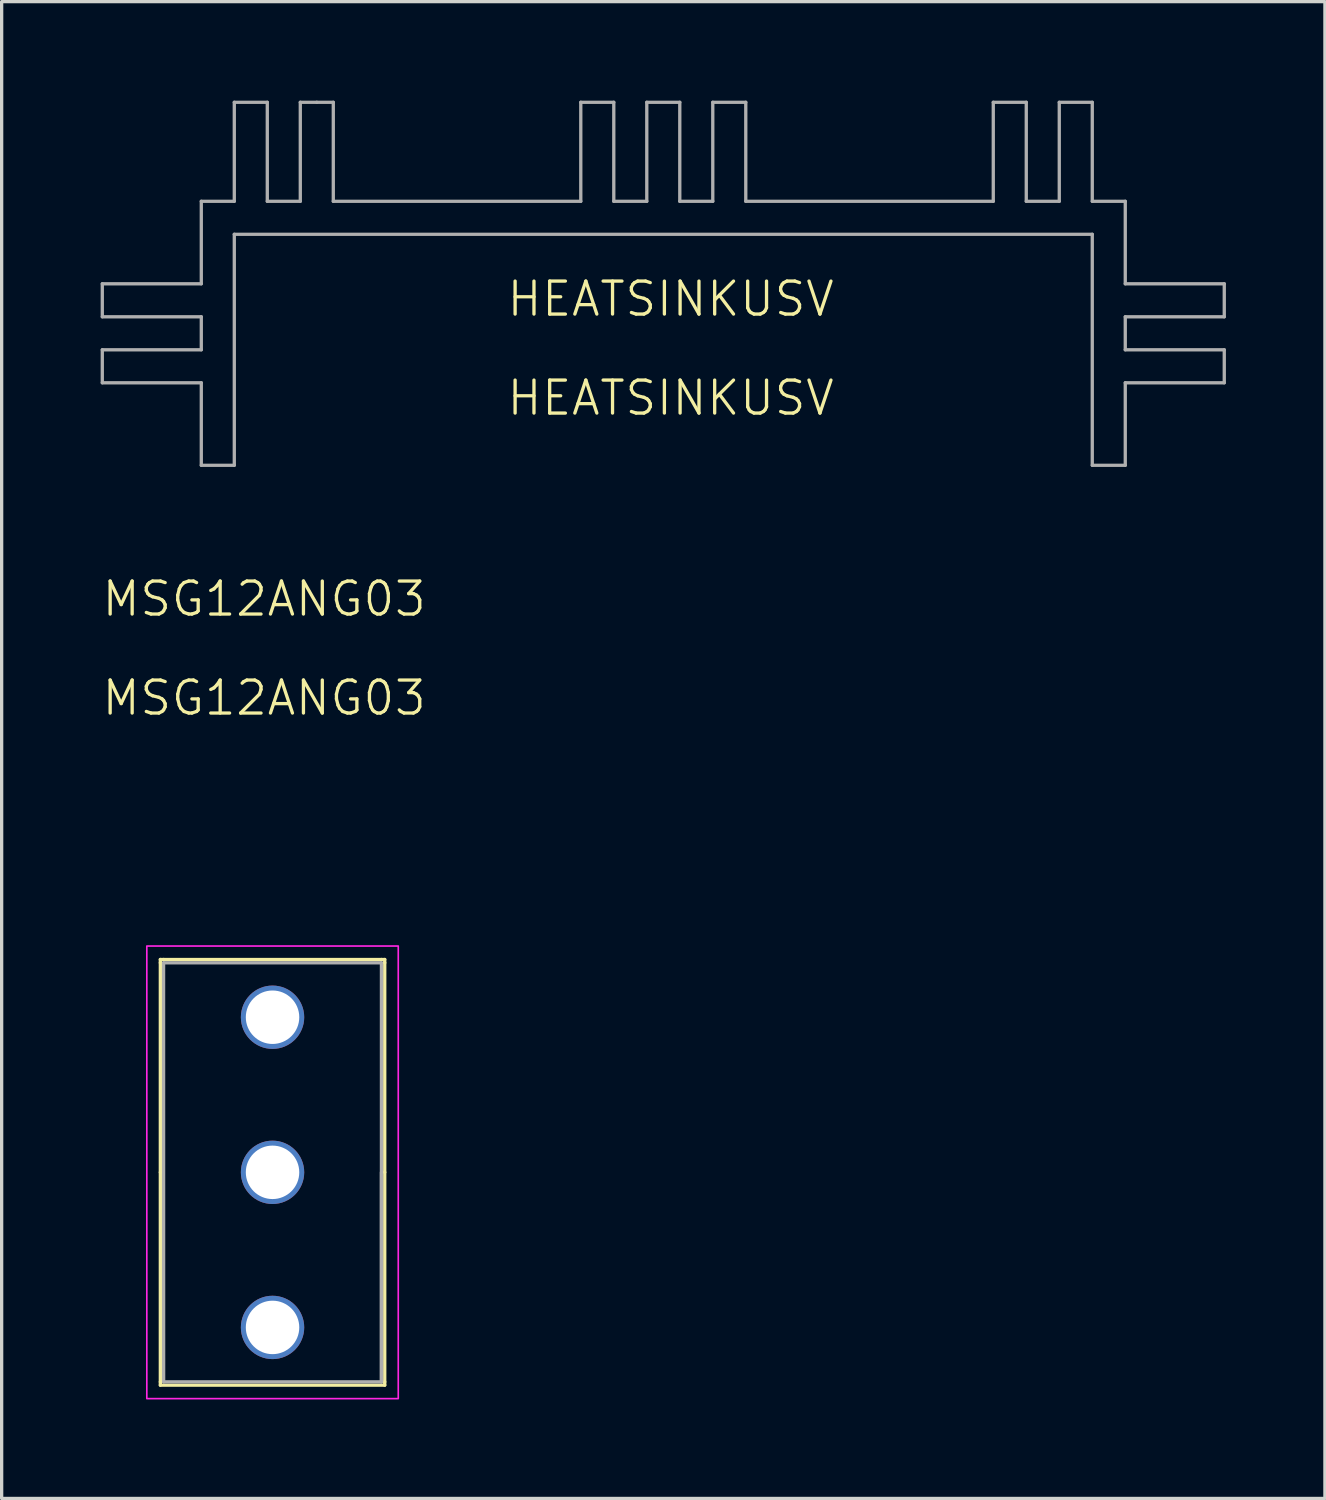
<source format=kicad_pcb>
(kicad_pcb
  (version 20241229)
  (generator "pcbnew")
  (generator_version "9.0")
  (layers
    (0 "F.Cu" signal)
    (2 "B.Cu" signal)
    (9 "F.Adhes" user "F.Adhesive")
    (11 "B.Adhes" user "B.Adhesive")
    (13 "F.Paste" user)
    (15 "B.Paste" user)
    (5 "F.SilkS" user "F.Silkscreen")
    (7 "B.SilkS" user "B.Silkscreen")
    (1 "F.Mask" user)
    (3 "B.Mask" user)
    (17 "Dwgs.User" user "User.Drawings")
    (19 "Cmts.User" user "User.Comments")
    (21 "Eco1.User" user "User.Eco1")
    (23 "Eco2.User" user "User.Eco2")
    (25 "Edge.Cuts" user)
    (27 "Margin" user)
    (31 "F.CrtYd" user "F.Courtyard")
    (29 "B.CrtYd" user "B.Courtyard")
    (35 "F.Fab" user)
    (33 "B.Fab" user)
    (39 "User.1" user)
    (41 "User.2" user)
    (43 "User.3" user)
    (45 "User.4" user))
  (footprint "HEATSINKUSV"
    (layer "F.Cu")
    (at 4.066 11.09)
    (property "Reference" "HEATSINKUSV" (at 13.208 -5.08 0) (unlocked yes) (layer "F.SilkS") (effects (font (size 1 1) (thickness 0.1))))
    (attr smd)
    (fp_line (start -4.016 -5.54) (end -1.016 -5.54) (stroke (width 0.1) (type default)) (layer "F.Fab"))
    (fp_line (start -4.016 -4.54) (end -4.016 -5.54) (stroke (width 0.1) (type default)) (layer "F.Fab"))
    (fp_line (start -4.016 -3.54) (end -1.016 -3.54) (stroke (width 0.1) (type default)) (layer "F.Fab"))
    (fp_line (start -4.016 -2.54) (end -4.016 -3.54) (stroke (width 0.1) (type default)) (layer "F.Fab"))
    (fp_line (start -1.016 -8.04) (end -0.016 -8.04) (stroke (width 0.1) (type default)) (layer "F.Fab"))
    (fp_line (start -1.016 -5.54) (end -1.016 -8.04) (stroke (width 0.1) (type default)) (layer "F.Fab"))
    (fp_line (start -1.016 -4.54) (end -4.016 -4.54) (stroke (width 0.1) (type default)) (layer "F.Fab"))
    (fp_line (start -1.016 -3.54) (end -1.016 -4.54) (stroke (width 0.1) (type default)) (layer "F.Fab"))
    (fp_line (start -1.016 -2.54) (end -4.016 -2.54) (stroke (width 0.1) (type default)) (layer "F.Fab"))
    (fp_line (start -1.016 -0.04) (end -1.016 -2.54) (stroke (width 0.1) (type default)) (layer "F.Fab"))
    (fp_line (start -0.016 -11.04) (end 0.984 -11.04) (stroke (width 0.1) (type default)) (layer "F.Fab"))
    (fp_line (start -0.016 -8.04) (end -0.016 -11.04) (stroke (width 0.1) (type default)) (layer "F.Fab"))
    (fp_line (start -0.016 -7.04) (end -0.016 -0.04) (stroke (width 0.1) (type default)) (layer "F.Fab"))
    (fp_line (start -0.016 -0.04) (end -1.016 -0.04) (stroke (width 0.1) (type default)) (layer "F.Fab"))
    (fp_line (start 0.984 -11.04) (end 0.984 -8.04) (stroke (width 0.1) (type default)) (layer "F.Fab"))
    (fp_line (start 0.984 -8.04) (end 1.984 -8.04) (stroke (width 0.1) (type default)) (layer "F.Fab"))
    (fp_line (start 1.984 -11.04) (end 2.484 -11.04) (stroke (width 0.1) (type default)) (layer "F.Fab"))
    (fp_line (start 1.984 -8.04) (end 1.984 -11.04) (stroke (width 0.1) (type default)) (layer "F.Fab"))
    (fp_line (start 2.484 -11.04) (end 2.984 -11.04) (stroke (width 0.1) (type default)) (layer "F.Fab"))
    (fp_line (start 2.984 -11.04) (end 2.984 -8.04) (stroke (width 0.1) (type default)) (layer "F.Fab"))
    (fp_line (start 2.984 -8.04) (end 10.484 -8.04) (stroke (width 0.1) (type default)) (layer "F.Fab"))
    (fp_line (start 10.484 -11.04) (end 11.484 -11.04) (stroke (width 0.1) (type default)) (layer "F.Fab"))
    (fp_line (start 10.484 -8.04) (end 10.484 -11.04) (stroke (width 0.1) (type default)) (layer "F.Fab"))
    (fp_line (start 11.484 -11.04) (end 11.484 -8.04) (stroke (width 0.1) (type default)) (layer "F.Fab"))
    (fp_line (start 11.484 -8.04) (end 12.484 -8.04) (stroke (width 0.1) (type default)) (layer "F.Fab"))
    (fp_line (start 12.484 -11.04) (end 13.484 -11.04) (stroke (width 0.1) (type default)) (layer "F.Fab"))
    (fp_line (start 12.484 -8.04) (end 12.484 -11.04) (stroke (width 0.1) (type default)) (layer "F.Fab"))
    (fp_line (start 13.484 -11.04) (end 13.484 -8.04) (stroke (width 0.1) (type default)) (layer "F.Fab"))
    (fp_line (start 13.484 -8.04) (end 14.484 -8.04) (stroke (width 0.1) (type default)) (layer "F.Fab"))
    (fp_line (start 14.484 -11.04) (end 15.484 -11.04) (stroke (width 0.1) (type default)) (layer "F.Fab"))
    (fp_line (start 14.484 -8.04) (end 14.484 -11.04) (stroke (width 0.1) (type default)) (layer "F.Fab"))
    (fp_line (start 15.484 -11.04) (end 15.484 -8.04) (stroke (width 0.1) (type default)) (layer "F.Fab"))
    (fp_line (start 15.484 -8.04) (end 22.984 -8.04) (stroke (width 0.1) (type default)) (layer "F.Fab"))
    (fp_line (start 22.984 -11.04) (end 23.984 -11.04) (stroke (width 0.1) (type default)) (layer "F.Fab"))
    (fp_line (start 22.984 -8.04) (end 22.984 -11.04) (stroke (width 0.1) (type default)) (layer "F.Fab"))
    (fp_line (start 23.984 -11.04) (end 23.984 -8.04) (stroke (width 0.1) (type default)) (layer "F.Fab"))
    (fp_line (start 23.984 -8.04) (end 24.984 -8.04) (stroke (width 0.1) (type default)) (layer "F.Fab"))
    (fp_line (start 24.984 -11.04) (end 25.984 -11.04) (stroke (width 0.1) (type default)) (layer "F.Fab"))
    (fp_line (start 24.984 -8.04) (end 24.984 -11.04) (stroke (width 0.1) (type default)) (layer "F.Fab"))
    (fp_line (start 25.984 -11.04) (end 25.984 -8.04) (stroke (width 0.1) (type default)) (layer "F.Fab"))
    (fp_line (start 25.984 -8.04) (end 26.984 -8.04) (stroke (width 0.1) (type default)) (layer "F.Fab"))
    (fp_line (start 25.984 -7.04) (end -0.016 -7.04) (stroke (width 0.1) (type default)) (layer "F.Fab"))
    (fp_line (start 25.984 -0.04) (end 25.984 -7.04) (stroke (width 0.1) (type default)) (layer "F.Fab"))
    (fp_line (start 26.984 -8.04) (end 26.984 -5.54) (stroke (width 0.1) (type default)) (layer "F.Fab"))
    (fp_line (start 26.984 -5.54) (end 29.984 -5.54) (stroke (width 0.1) (type default)) (layer "F.Fab"))
    (fp_line (start 26.984 -4.54) (end 26.984 -3.54) (stroke (width 0.1) (type default)) (layer "F.Fab"))
    (fp_line (start 26.984 -3.54) (end 29.984 -3.54) (stroke (width 0.1) (type default)) (layer "F.Fab"))
    (fp_line (start 26.984 -2.54) (end 26.984 -0.04) (stroke (width 0.1) (type default)) (layer "F.Fab"))
    (fp_line (start 26.984 -0.04) (end 25.984 -0.04) (stroke (width 0.1) (type default)) (layer "F.Fab"))
    (fp_line (start 29.984 -5.54) (end 29.984 -4.54) (stroke (width 0.1) (type default)) (layer "F.Fab"))
    (fp_line (start 29.984 -4.54) (end 26.984 -4.54) (stroke (width 0.1) (type default)) (layer "F.Fab"))
    (fp_line (start 29.984 -3.54) (end 29.984 -2.54) (stroke (width 0.1) (type default)) (layer "F.Fab"))
    (fp_line (start 29.984 -2.54) (end 26.984 -2.54) (stroke (width 0.1) (type default)) (layer "F.Fab"))
    (fp_text user "${REFERENCE}" (at 13.208 -2.08 0) (unlocked yes) (layer "F.SilkS") (effects (font (size 1 1) (thickness 0.1)))))
  (footprint "MSG12ANG03"
    (layer "F.Cu")
    (at 5.209 27.776)
    (property "Reference" "MSG12ANG03" (at -0.254 -12.676 0) (unlocked yes) (layer "F.SilkS") (effects (font (size 1 1) (thickness 0.1))))
    (attr through_hole)
    (fp_line (start -3.4 -1.75) (end -3.3 -1.75) (stroke (width 0.1) (type default)) (layer "F.SilkS"))
    (fp_line (start -3.4 -1.65) (end -3.4 -1.75) (stroke (width 0.1) (type default)) (layer "F.SilkS"))
    (fp_line (start -3.4 4.7) (end -3.4 -1.65) (stroke (width 0.1) (type solid)) (layer "F.SilkS"))
    (fp_line (start -3.4 4.7) (end -3.4 11.05) (stroke (width 0.1) (type solid)) (layer "F.SilkS"))
    (fp_line (start -3.4 11.05) (end -3.4 11.15) (stroke (width 0.1) (type default)) (layer "F.SilkS"))
    (fp_line (start -3.4 11.15) (end 3.4 11.15) (stroke (width 0.1) (type solid)) (layer "F.SilkS"))
    (fp_line (start 3.3 -1.75) (end -3.3 -1.75) (stroke (width 0.1) (type solid)) (layer "F.SilkS"))
    (fp_line (start 3.3 -1.75) (end 3.4 -1.75) (stroke (width 0.1) (type default)) (layer "F.SilkS"))
    (fp_line (start 3.4 -1.65) (end 3.4 -1.75) (stroke (width 0.1) (type default)) (layer "F.SilkS"))
    (fp_line (start 3.4 -1.65) (end 3.4 4.7) (stroke (width 0.1) (type solid)) (layer "F.SilkS"))
    (fp_line (start 3.4 4.7) (end 3.4 11.05) (stroke (width 0.1) (type solid)) (layer "F.SilkS"))
    (fp_line (start 3.4 11.15) (end 3.4 11.05) (stroke (width 0.1) (type default)) (layer "F.SilkS"))
    (fp_rect (start -3.81 -2.158) (end 3.81 11.558) (stroke (width 0.05) (type default)) (fill no) (layer "F.CrtYd"))
    (fp_line (start -3.302 -1.65) (end -3.3 11.05) (stroke (width 0.1) (type default)) (layer "F.Fab"))
    (fp_line (start -3.3 11.05) (end 3.3 11.05) (stroke (width 0.1) (type default)) (layer "F.Fab"))
    (fp_line (start 3.3 -1.65) (end -3.302 -1.65) (stroke (width 0.1) (type default)) (layer "F.Fab"))
    (fp_line (start 3.3 4.7) (end 3.3 11.05) (stroke (width 0.1) (type default)) (layer "F.Fab"))
    (fp_line (start 3.3 11.05) (end 3.3 -1.65) (stroke (width 0.1) (type default)) (layer "F.Fab"))
    (fp_text user "${REFERENCE}" (at -0.254 -9.676 0) (unlocked yes) (layer "F.SilkS") (effects (font (size 1 1) (thickness 0.1))))
    (pad "1" thru_hole circle (at 0 9.4) (size 1.92 1.92) (drill 1.62) (layers "*.Cu" "*.Mask"))
    (pad "2" thru_hole circle (at 0 4.7) (size 1.92 1.92) (drill 1.62) (layers "*.Cu" "*.Mask"))
    (pad "3" thru_hole circle (at 0 0) (size 1.92 1.92) (drill 1.62) (layers "*.Cu" "*.Mask")))
  (gr_rect
    (start -3 -3)
    (end 37.1 42.359)
    (stroke (width 0.1) (type default))
    (fill no)
    (layer "Edge.Cuts")))
</source>
